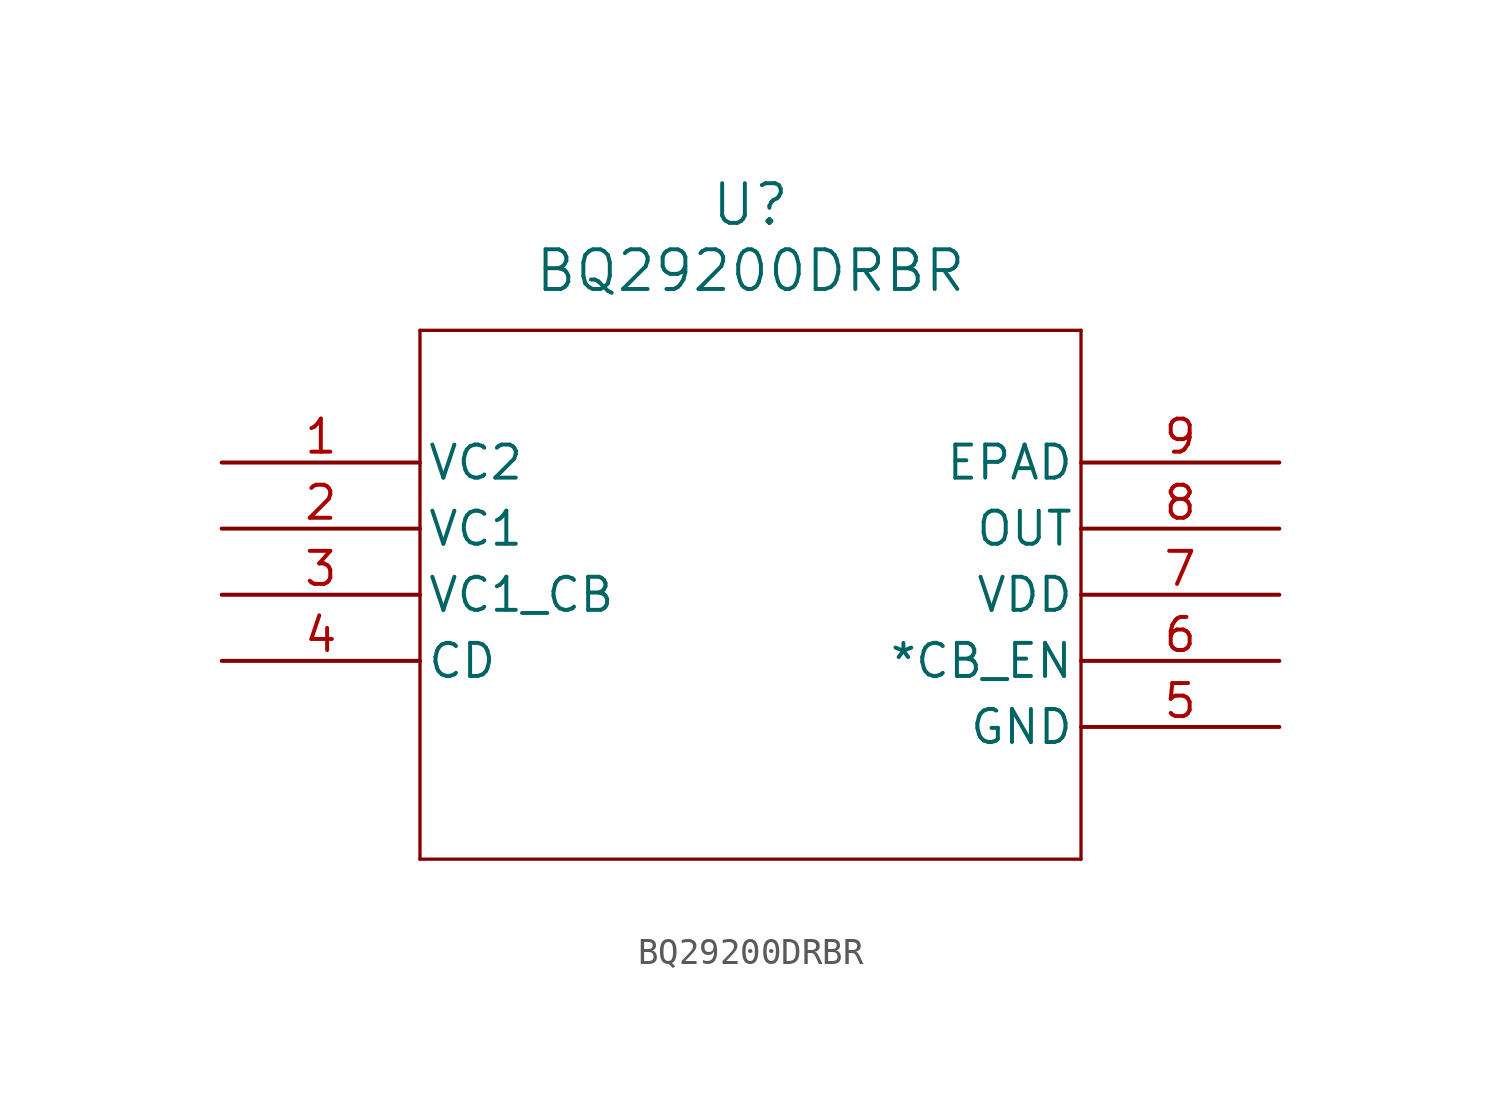
<source format=kicad_sym>
(kicad_symbol_lib
  (version 20231120)
  (generator "kicad_symbol_editor")
  (generator_version "8.0")
  (symbol "BQ29200DRBR"
    (pin_names
      (offset 0.254))
    (property "Reference" "U"
      (at 20.32 9.906 0)
      (effects (font (size 1.524 1.524))))
    (property "Value" "BQ29200DRBR"
      (at 20.32 7.366 0)
      (effects (font (size 1.524 1.524))))
    (property "ki_locked" ""
      (at 0 0 0)
      (effects (font (size 1.27 1.27))))
    (symbol "BQ29200DRBR_0_1"
      (polyline (pts (xy 7.62 -15.24) (xy 33.02 -15.24)) (stroke (width 0.127) (type default)) (fill (type none)))
      (polyline (pts (xy 7.62 5.08) (xy 7.62 -15.24)) (stroke (width 0.127) (type default)) (fill (type none)))
      (polyline (pts (xy 33.02 -15.24) (xy 33.02 5.08)) (stroke (width 0.127) (type default)) (fill (type none)))
      (polyline (pts (xy 33.02 5.08) (xy 7.62 5.08)) (stroke (width 0.127) (type default)) (fill (type none)))
      (pin input line (at 0 0 0) (length 7.62) (name "VC2" (effects (font (size 1.27 1.27)))) (number "1" (effects (font (size 1.27 1.27)))))
      (pin input line (at 0 -2.54 0) (length 7.62) (name "VC1" (effects (font (size 1.27 1.27)))) (number "2" (effects (font (size 1.27 1.27)))))
      (pin input line (at 0 -5.08 0) (length 7.62) (name "VC1_CB" (effects (font (size 1.27 1.27)))) (number "3" (effects (font (size 1.27 1.27)))))
      (pin passive line (at 0 -7.62 0) (length 7.62) (name "CD" (effects (font (size 1.27 1.27)))) (number "4" (effects (font (size 1.27 1.27)))))
      (pin power_in line (at 40.64 -10.16 180) (length 7.62) (name "GND" (effects (font (size 1.27 1.27)))) (number "5" (effects (font (size 1.27 1.27)))))
      (pin input line (at 40.64 -7.62 180) (length 7.62) (name "*CB_EN" (effects (font (size 1.27 1.27)))) (number "6" (effects (font (size 1.27 1.27)))))
      (pin power_in line (at 40.64 -5.08 180) (length 7.62) (name "VDD" (effects (font (size 1.27 1.27)))) (number "7" (effects (font (size 1.27 1.27)))))
      (pin output line (at 40.64 -2.54 180) (length 7.62) (name "OUT" (effects (font (size 1.27 1.27)))) (number "8" (effects (font (size 1.27 1.27)))))
      (pin power_in line (at 40.64 0 180) (length 7.62) (name "EPAD" (effects (font (size 1.27 1.27)))) (number "9" (effects (font (size 1.27 1.27))))))))
</source>
